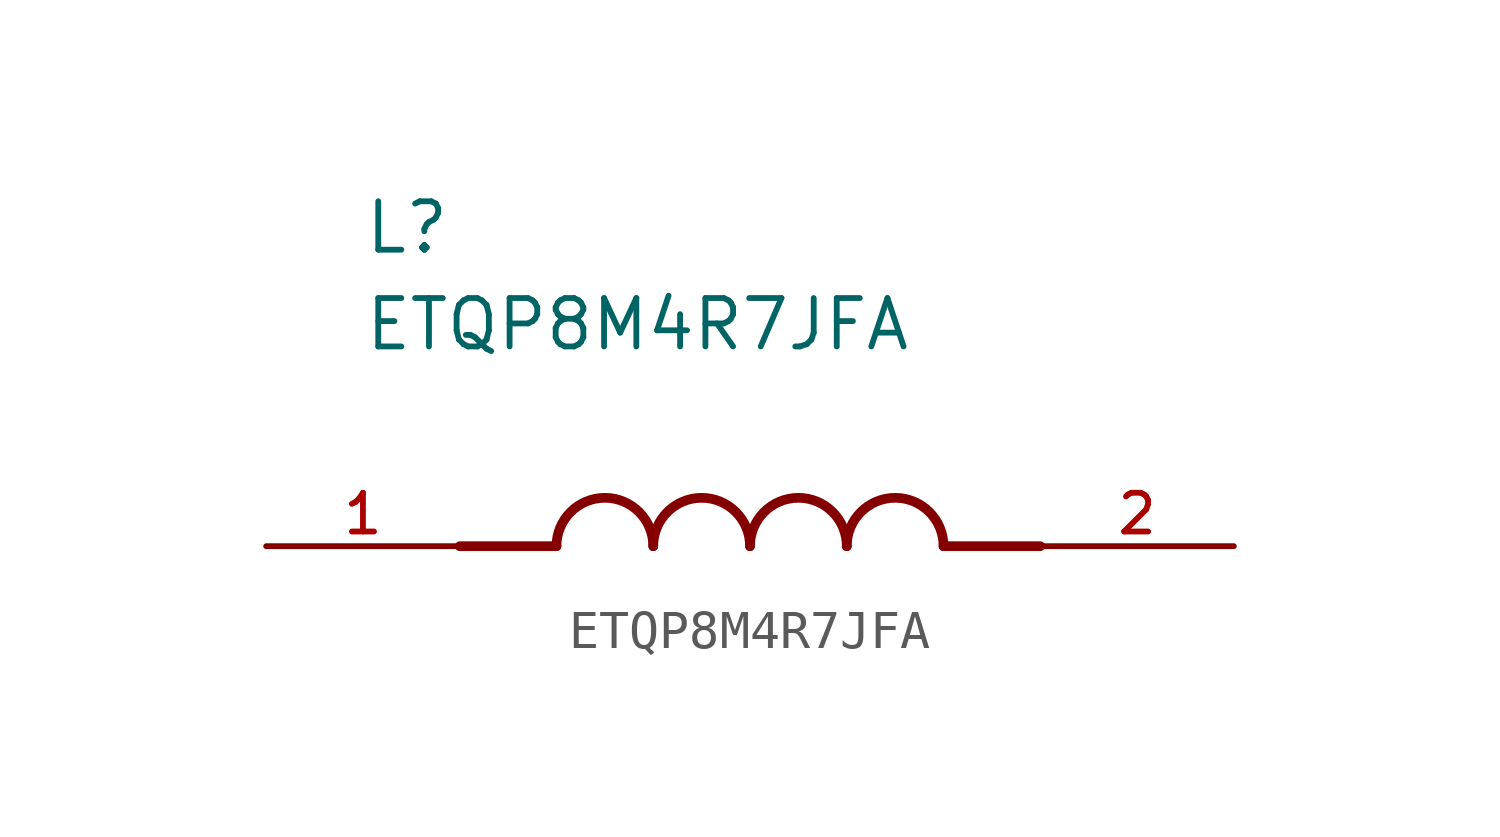
<source format=kicad_sym>
(kicad_symbol_lib
  (version 20211014)
  (generator kicad_symbol_editor)
  (symbol "ETQP8M4R7JFA"
    (pin_names
      (offset 1.016))
    (property "Reference" "L"
      (at -10.16 7.62 0)
      (effects (font (size 1.27 1.27)) (justify bottom left)))
    (property "Value" "ETQP8M4R7JFA"
      (at -10.16 5.08 0)
      (effects (font (size 1.27 1.27)) (justify bottom left)))
    (symbol "ETQP8M4R7JFA_0_0"
      (polyline (pts (xy -5.08 0.0) (xy -7.62 0.0)) (stroke (width 0.254)))
      (polyline (pts (xy 5.08 0.0) (xy 7.62 0.0)) (stroke (width 0.254)))
      (arc (start -2.54 0.0) (mid -3.81 1.27) (end -5.08 0.0) (stroke (width 0.254) (type default) (color 0 0 0 0)) (fill (type none)))
      (arc (start 0.0 0.0) (mid -1.27 1.27) (end -2.54 0.0) (stroke (width 0.254) (type default) (color 0 0 0 0)) (fill (type none)))
      (arc (start 2.54 0.0) (mid 1.27 1.27) (end 0.0 0.0) (stroke (width 0.254) (type default) (color 0 0 0 0)) (fill (type none)))
      (arc (start 5.08 0.0) (mid 3.81 1.27) (end 2.54 0.0) (stroke (width 0.254) (type default) (color 0 0 0 0)) (fill (type none)))
      (pin passive line (at -12.7 0.0 0) (length 5.08) (name "~" (effects (font (size 1.016 1.016)))) (number "1" (effects (font (size 1.016 1.016)))))
      (pin passive line (at 12.7 0.0 180.0) (length 5.08) (name "~" (effects (font (size 1.016 1.016)))) (number "2" (effects (font (size 1.016 1.016))))))))
</source>
